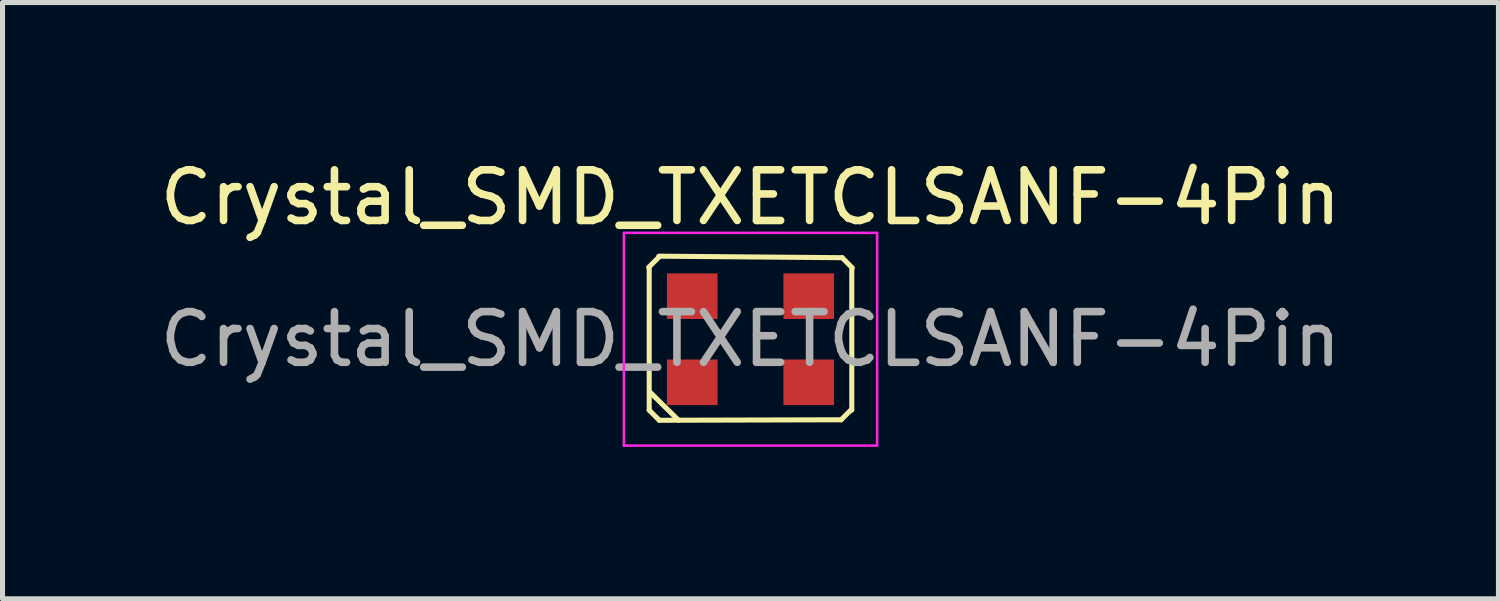
<source format=kicad_pcb>
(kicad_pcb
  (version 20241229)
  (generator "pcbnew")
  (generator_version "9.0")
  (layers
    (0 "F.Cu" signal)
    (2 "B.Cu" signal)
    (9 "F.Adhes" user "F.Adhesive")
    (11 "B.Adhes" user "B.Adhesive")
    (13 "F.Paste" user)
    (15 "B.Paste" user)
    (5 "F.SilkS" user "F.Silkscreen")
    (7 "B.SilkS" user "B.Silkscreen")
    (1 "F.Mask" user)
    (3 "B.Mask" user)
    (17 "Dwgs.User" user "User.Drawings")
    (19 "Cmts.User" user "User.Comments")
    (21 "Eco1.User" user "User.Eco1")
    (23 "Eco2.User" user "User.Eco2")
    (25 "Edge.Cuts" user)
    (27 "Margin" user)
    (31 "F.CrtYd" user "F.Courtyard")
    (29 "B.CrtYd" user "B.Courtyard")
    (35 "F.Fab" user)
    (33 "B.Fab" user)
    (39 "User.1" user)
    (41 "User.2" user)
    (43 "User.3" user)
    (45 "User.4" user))
  (footprint "Crystal_SMD_TXETCLSANF-4Pin"
    (layer "F.Cu")
    (at 11.768 3.648)
    (property "Reference" "Crystal_SMD_TXETCLSANF-4Pin" (at 0 -2.8 0) (layer "F.SilkS") (effects (font (size 1 1) (thickness 0.15))))
    (attr smd)
    (fp_line (start -2.01 -1.42) (end -1.81 -1.62) (stroke (width 0.1) (type solid)) (layer "F.SilkS"))
    (fp_line (start -2 1.4) (end -2 -1.4) (stroke (width 0.1) (type solid)) (layer "F.SilkS"))
    (fp_line (start -1.99 1.04) (end -1.42 1.6) (stroke (width 0.1) (type solid)) (layer "F.SilkS"))
    (fp_line (start -1.81 -1.64) (end 1.81 -1.61) (stroke (width 0.1) (type solid)) (layer "F.SilkS"))
    (fp_line (start -1.8 1.6) (end -2 1.4) (stroke (width 0.1) (type solid)) (layer "F.SilkS"))
    (fp_line (start 1.79 1.59) (end -1.8 1.6) (stroke (width 0.1) (type solid)) (layer "F.SilkS"))
    (fp_line (start 1.81 -1.61) (end 2.01 -1.41) (stroke (width 0.1) (type solid)) (layer "F.SilkS"))
    (fp_line (start 1.99 1.39) (end 1.79 1.59) (stroke (width 0.1) (type solid)) (layer "F.SilkS"))
    (fp_line (start 2 -1.4) (end 2 1.4) (stroke (width 0.1) (type solid)) (layer "F.SilkS"))
    (fp_line (start -2.5 -2.1) (end -2.5 2.1) (stroke (width 0.05) (type solid)) (layer "F.CrtYd"))
    (fp_line (start -2.5 2.1) (end 2.5 2.1) (stroke (width 0.05) (type solid)) (layer "F.CrtYd"))
    (fp_line (start 2.5 -2.1) (end -2.5 -2.1) (stroke (width 0.05) (type solid)) (layer "F.CrtYd"))
    (fp_line (start 2.5 2.1) (end 2.5 -2.1) (stroke (width 0.05) (type solid)) (layer "F.CrtYd"))
    (fp_text user "${REFERENCE}" (at 0 0 0) (layer "F.Fab") (effects (font (size 1 1) (thickness 0.15))))
    (pad "1" smd rect (at -1.15 0.85) (size 1 0.9) (layers "F.Cu" "F.Mask" "F.Paste"))
    (pad "2" smd rect (at 1.15 0.85) (size 1 0.9) (layers "F.Cu" "F.Mask" "F.Paste"))
    (pad "3" smd rect (at 1.15 -0.85) (size 1 0.9) (layers "F.Cu" "F.Mask" "F.Paste"))
    (pad "4" smd rect (at -1.15 -0.85) (size 1 0.9) (layers "F.Cu" "F.Mask" "F.Paste")))
  (gr_rect
    (start -3 -3)
    (end 26.536 8.773)
    (stroke (width 0.1) (type default))
    (fill no)
    (layer "Edge.Cuts")))
</source>
